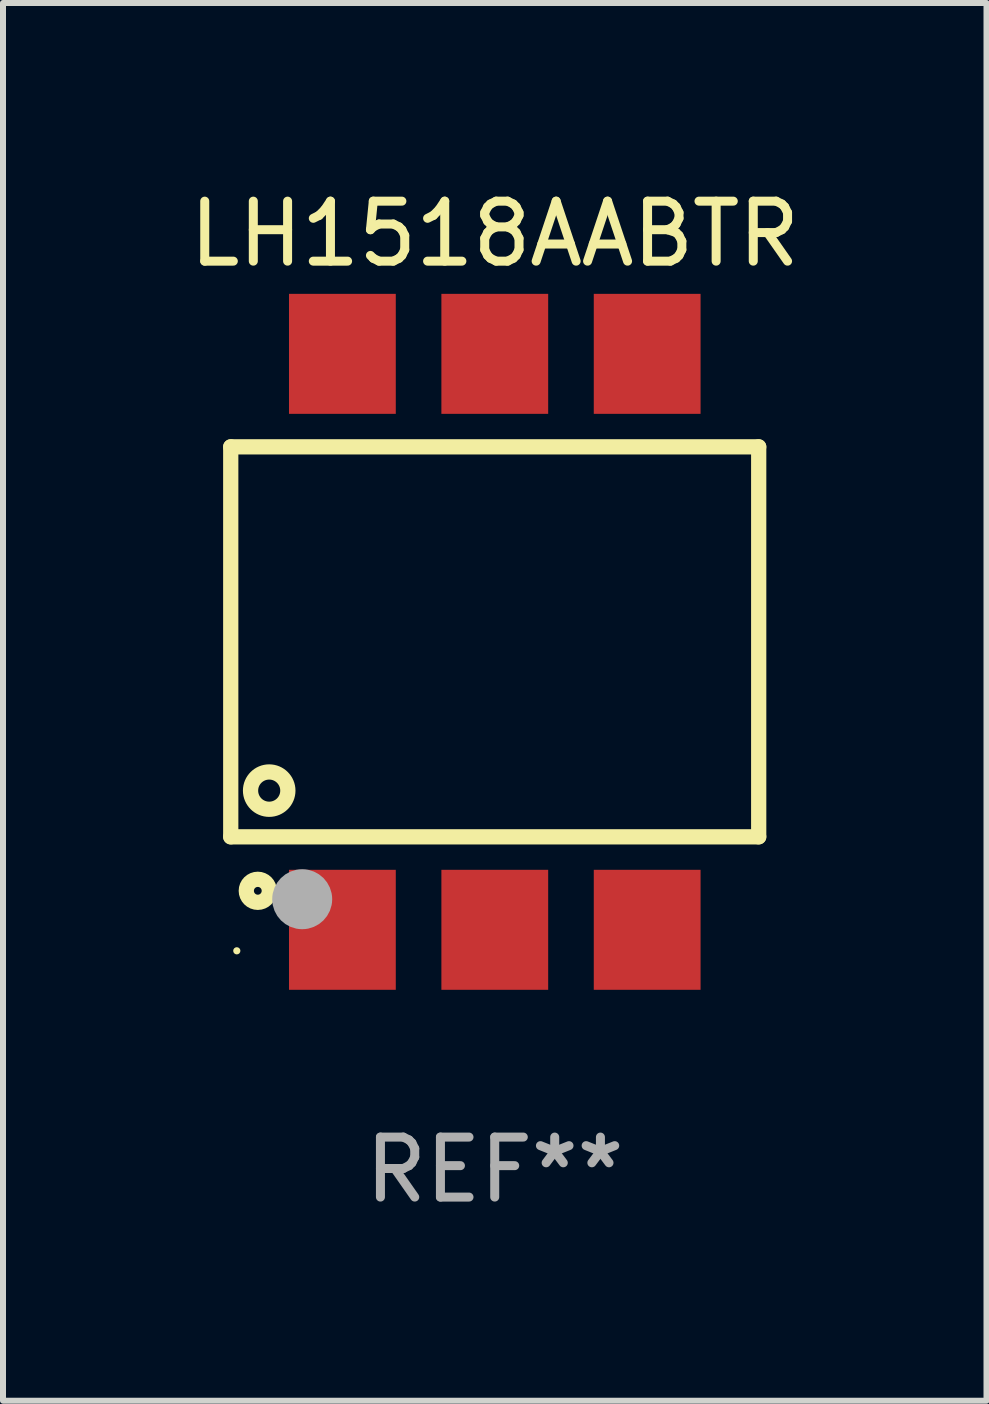
<source format=kicad_pcb>
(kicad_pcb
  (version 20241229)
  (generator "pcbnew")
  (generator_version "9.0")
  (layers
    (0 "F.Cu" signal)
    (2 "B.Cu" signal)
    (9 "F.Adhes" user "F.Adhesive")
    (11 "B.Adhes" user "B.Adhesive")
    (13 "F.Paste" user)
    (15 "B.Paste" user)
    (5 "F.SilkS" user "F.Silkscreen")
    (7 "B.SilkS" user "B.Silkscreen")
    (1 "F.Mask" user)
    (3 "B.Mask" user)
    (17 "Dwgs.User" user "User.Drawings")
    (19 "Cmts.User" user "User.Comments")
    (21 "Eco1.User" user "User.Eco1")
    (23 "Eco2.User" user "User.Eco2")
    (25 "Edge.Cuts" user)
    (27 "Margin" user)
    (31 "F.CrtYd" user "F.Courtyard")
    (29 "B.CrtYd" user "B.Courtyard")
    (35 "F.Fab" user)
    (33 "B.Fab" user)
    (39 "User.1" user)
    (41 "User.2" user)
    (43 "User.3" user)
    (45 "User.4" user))
  (footprint "LH1518AABTR"
    (layer "F.Cu")
    (at 5.196 7.648)
    (property "Reference" "LH1518AABTR" (at 0 -6.8 0) (layer "F.SilkS") (effects (font (size 1 1) (thickness 0.15))))
    (attr through_hole)
    (fp_line (start -4.4 -3.25) (end -4.4 3.25) (stroke (width 0.254) (type solid)) (layer "F.SilkS"))
    (fp_line (start -4.4 -3.25) (end 4.4 -3.25) (stroke (width 0.254) (type solid)) (layer "F.SilkS"))
    (fp_line (start 4.4 3.25) (end -4.4 3.25) (stroke (width 0.254) (type solid)) (layer "F.SilkS"))
    (fp_line (start 4.4 3.25) (end 4.4 -3.25) (stroke (width 0.254) (type solid)) (layer "F.SilkS"))
    (fp_circle (center -4.299 5.15) (end -4.269 5.15) (stroke (width 0.06) (type solid)) (fill no) (layer "F.SilkS"))
    (fp_circle (center -3.949 4.15) (end -3.757 4.15) (stroke (width 0.254) (type solid)) (fill no) (layer "F.SilkS"))
    (fp_circle (center -3.759 2.48) (end -3.448 2.48) (stroke (width 0.254) (type solid)) (fill no) (layer "F.SilkS"))
    (fp_circle (center -3.209 4.29) (end -2.959 4.29) (stroke (width 0.5) (type solid)) (fill no) (layer "F.Fab"))
    (fp_text user "REF**" (at 0 8.8 0) (layer "F.Fab") (effects (font (size 1 1) (thickness 0.15))))
    (pad "1" smd rect (at -2.539 4.8) (size 1.78 2) (layers "F.Cu" "F.Mask" "F.Paste"))
    (pad "2" smd rect (at 0.001 4.8) (size 1.78 2) (layers "F.Cu" "F.Mask" "F.Paste"))
    (pad "3" smd rect (at 2.541 4.8) (size 1.78 2) (layers "F.Cu" "F.Mask" "F.Paste"))
    (pad "4" smd rect (at 2.541 -4.8) (size 1.78 2) (layers "F.Cu" "F.Mask" "F.Paste"))
    (pad "5" smd rect (at 0.001 -4.8) (size 1.78 2) (layers "F.Cu" "F.Mask" "F.Paste"))
    (pad "6" smd rect (at -2.539 -4.8) (size 1.78 2) (layers "F.Cu" "F.Mask" "F.Paste")))
  (gr_rect
    (start -3 -3)
    (end 13.393 20.297)
    (stroke (width 0.1) (type default))
    (fill no)
    (layer "Edge.Cuts")))
</source>
